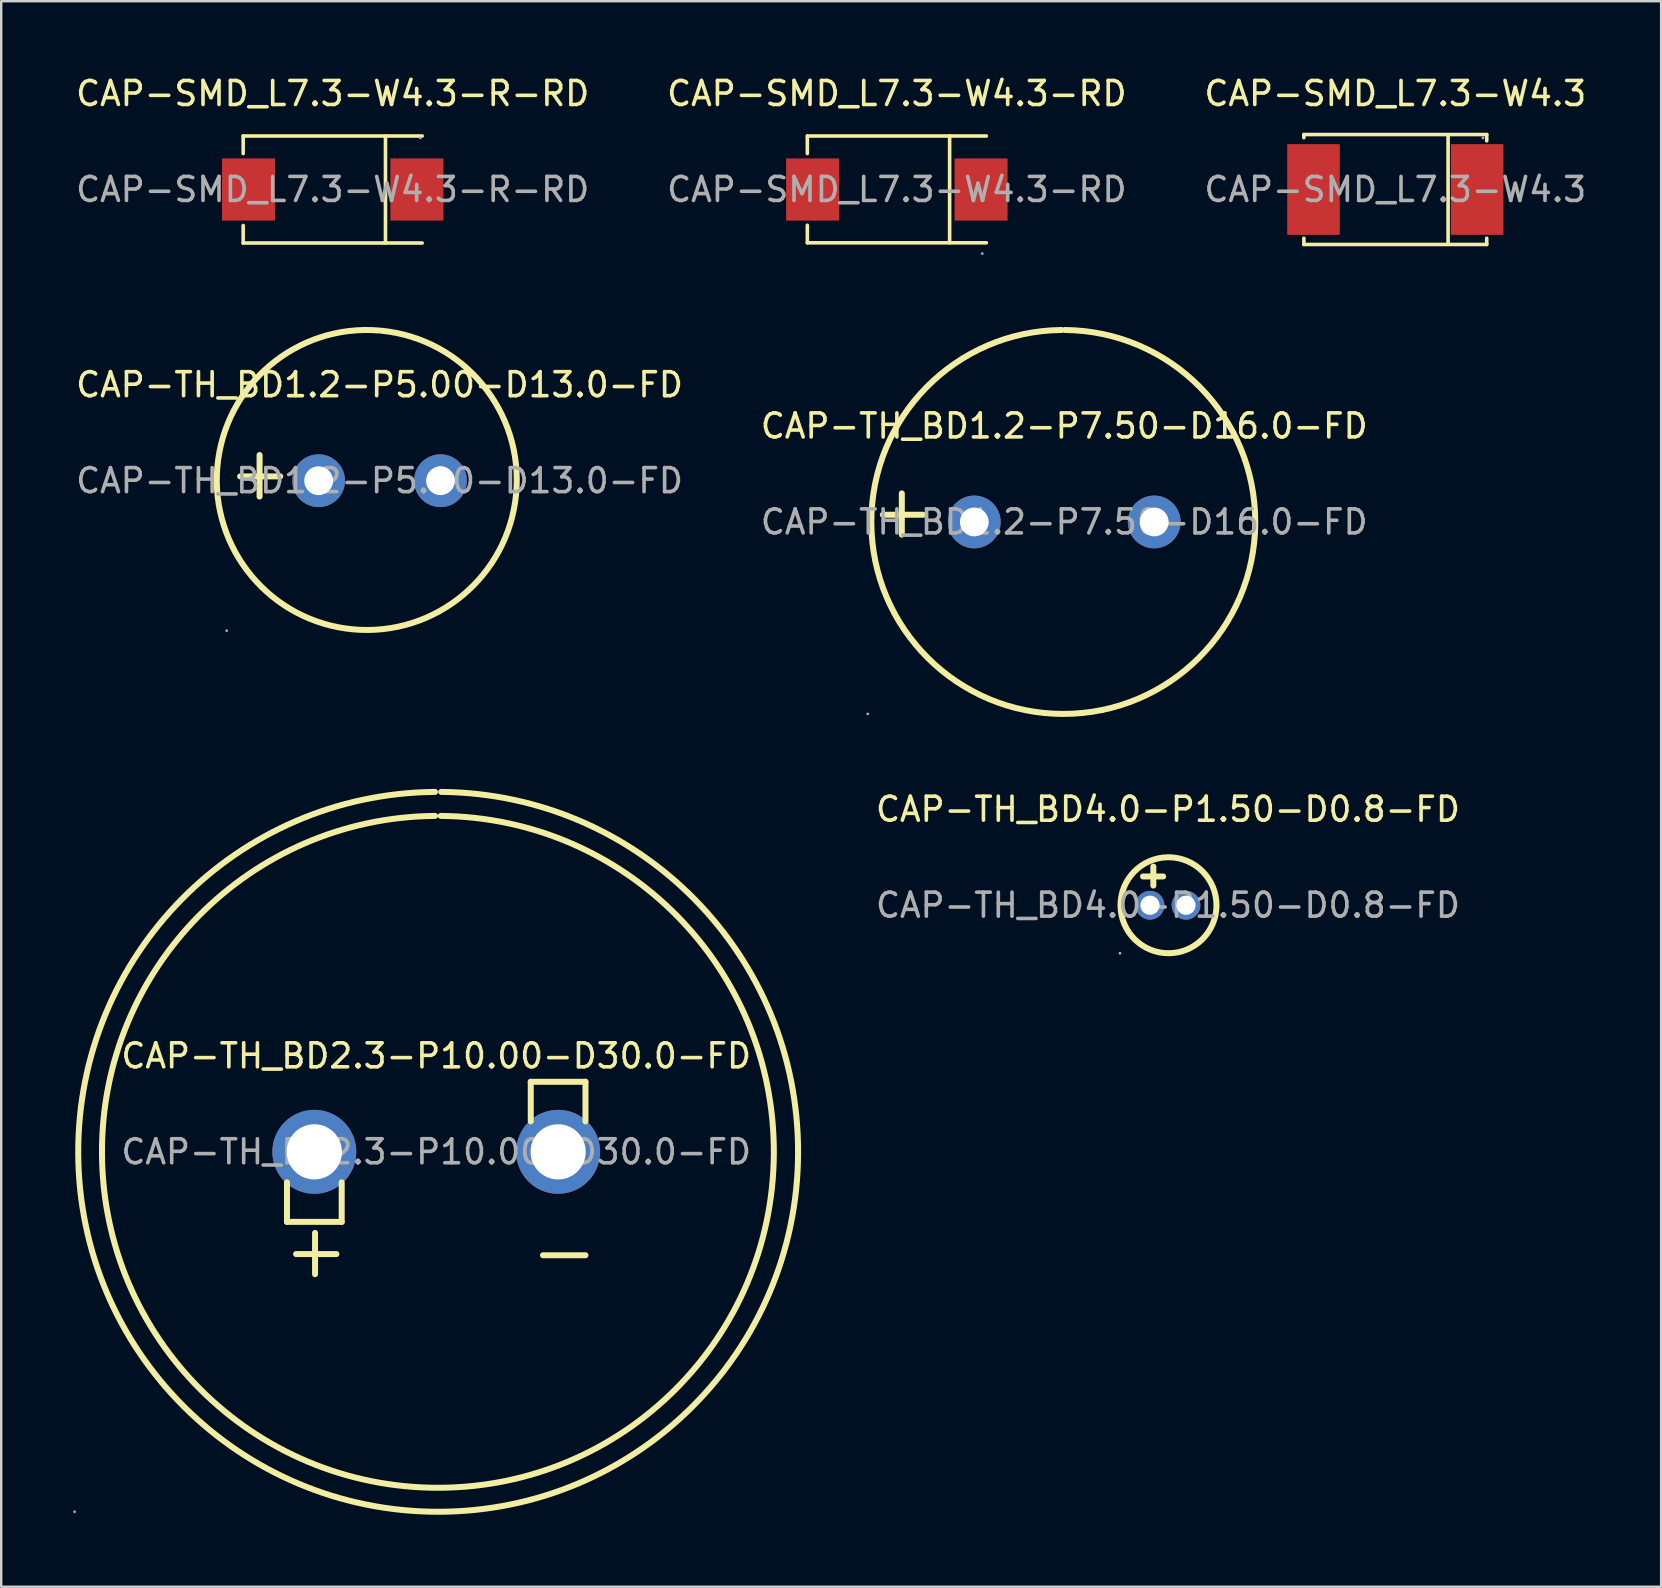
<source format=kicad_pcb>
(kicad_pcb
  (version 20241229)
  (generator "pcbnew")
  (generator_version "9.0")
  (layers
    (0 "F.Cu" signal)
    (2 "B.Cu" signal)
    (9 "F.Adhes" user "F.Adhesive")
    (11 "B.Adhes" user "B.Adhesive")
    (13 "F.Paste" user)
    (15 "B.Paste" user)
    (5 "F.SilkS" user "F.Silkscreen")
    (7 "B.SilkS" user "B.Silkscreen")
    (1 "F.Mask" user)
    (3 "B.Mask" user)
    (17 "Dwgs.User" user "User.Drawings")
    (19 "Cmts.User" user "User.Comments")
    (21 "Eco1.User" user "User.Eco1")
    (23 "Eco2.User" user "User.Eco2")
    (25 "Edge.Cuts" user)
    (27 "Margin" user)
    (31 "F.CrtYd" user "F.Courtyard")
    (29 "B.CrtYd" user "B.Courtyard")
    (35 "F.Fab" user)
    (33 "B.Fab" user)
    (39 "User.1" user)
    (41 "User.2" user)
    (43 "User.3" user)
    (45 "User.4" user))
  (footprint "CAP-SMD_L7.3-W4.3-R-RD"
    (layer "F.Cu")
    (at 10.815 4.848)
    (property "Reference" "CAP-SMD_L7.3-W4.3-R-RD" (at 0 -4 0) (layer "F.SilkS") (effects (font (size 1 1) (thickness 0.15))))
    (attr through_hole)
    (fp_line (start -3.73 -2.23) (end -3.73 -1.5) (stroke (width 0.15) (type solid)) (layer "F.SilkS"))
    (fp_line (start -3.73 -2.23) (end 3.73 -2.23) (stroke (width 0.15) (type solid)) (layer "F.SilkS"))
    (fp_line (start -3.73 2.23) (end -3.73 1.5) (stroke (width 0.15) (type solid)) (layer "F.SilkS"))
    (fp_line (start -3.73 2.23) (end 3.73 2.23) (stroke (width 0.15) (type solid)) (layer "F.SilkS"))
    (fp_line (start 2.2 -2.23) (end 2.2 2.23) (stroke (width 0.15) (type solid)) (layer "F.SilkS"))
    (fp_circle (center 3.65 -2.15) (end 3.68 -2.15) (stroke (width 0.06) (type solid)) (fill no) (layer "F.Fab"))
    (fp_text user "${REFERENCE}" (at 0 0 0) (layer "F.Fab") (effects (font (size 1 1) (thickness 0.15))))
    (pad "1" smd rect (at 3.51 0) (size 2.21 2.59) (layers "F.Cu" "F.Mask" "F.Paste"))
    (pad "2" smd rect (at -3.51 0) (size 2.21 2.59) (layers "F.Cu" "F.Mask" "F.Paste")))
  (footprint "CAP-SMD_L7.3-W4.3"
    (layer "F.Cu")
    (at 55.101 4.848)
    (property "Reference" "CAP-SMD_L7.3-W4.3" (at 0 -4 0) (layer "F.SilkS") (effects (font (size 1 1) (thickness 0.15))))
    (attr through_hole)
    (fp_line (start -3.81 -2.29) (end -3.81 -2.16) (stroke (width 0.15) (type solid)) (layer "F.SilkS"))
    (fp_line (start -3.81 2.03) (end -3.81 2.29) (stroke (width 0.15) (type solid)) (layer "F.SilkS"))
    (fp_line (start -3.81 2.29) (end 3.81 2.29) (stroke (width 0.15) (type solid)) (layer "F.SilkS"))
    (fp_line (start 2.2 -2.23) (end 2.2 2.23) (stroke (width 0.15) (type solid)) (layer "F.SilkS"))
    (fp_line (start 3.81 -2.29) (end -3.81 -2.29) (stroke (width 0.15) (type solid)) (layer "F.SilkS"))
    (fp_line (start 3.81 -2.03) (end 3.81 -2.29) (stroke (width 0.15) (type solid)) (layer "F.SilkS"))
    (fp_line (start 3.81 2.29) (end 3.81 2.03) (stroke (width 0.15) (type solid)) (layer "F.SilkS"))
    (fp_circle (center 3.65 -2.15) (end 3.68 -2.15) (stroke (width 0.06) (type solid)) (fill no) (layer "F.Fab"))
    (fp_text user "${REFERENCE}" (at 0 0 0) (layer "F.Fab") (effects (font (size 1 1) (thickness 0.15))))
    (pad "1" smd rect (at 3.41 0 180) (size 2.19 3.78) (layers "F.Cu" "F.Mask" "F.Paste"))
    (pad "2" smd rect (at -3.41 0 180) (size 2.19 3.78) (layers "F.Cu" "F.Mask" "F.Paste")))
  (footprint "CAP-TH_BD4.0-P1.50-D0.8-FD"
    (layer "F.Cu")
    (at 45.627 34.677)
    (property "Reference" "CAP-TH_BD4.0-P1.50-D0.8-FD" (at 0 -4 0) (layer "F.SilkS") (effects (font (size 1 1) (thickness 0.15))))
    (attr through_hole)
    (fp_line (start -0.61 -0.82) (end -0.61 -1.61) (stroke (width 0.25) (type solid)) (layer "F.SilkS"))
    (fp_line (start -0.2 -1.2) (end -1.04 -1.2) (stroke (width 0.25) (type solid)) (layer "F.SilkS"))
    (fp_arc (start 0.03 -2) (mid 0.02501 2.000019) (end -0.00002 -1.999925) (stroke (width 0.25) (type solid)) (layer "F.SilkS"))
    (fp_circle (center -2 2) (end -1.97 2) (stroke (width 0.06) (type solid)) (fill no) (layer "F.Fab"))
    (fp_circle (center -0.75 0) (end -0.64 0) (stroke (width 0.22) (type solid)) (fill no) (layer "F.Fab"))
    (fp_circle (center 0.75 0) (end 0.86 0) (stroke (width 0.22) (type solid)) (fill no) (layer "F.Fab"))
    (fp_text user "${REFERENCE}" (at 0 0 0) (layer "F.Fab") (effects (font (size 1 1) (thickness 0.15))))
    (pad "1" thru_hole circle (at -0.75 0 90) (size 1.2 1.2) (drill 0.8) (layers "*.Cu" "*.Paste" "*.Mask"))
    (pad "2" thru_hole circle (at 0.75 0 90) (size 1.2 1.2) (drill 0.8) (layers "*.Cu" "*.Paste" "*.Mask")))
  (footprint "CAP-SMD_L7.3-W4.3-RD"
    (layer "F.Cu")
    (at 34.327 4.848)
    (property "Reference" "CAP-SMD_L7.3-W4.3-RD" (at 0 -4 0) (layer "F.SilkS") (effects (font (size 1 1) (thickness 0.15))))
    (attr through_hole)
    (fp_line (start -3.73 -2.23) (end -3.73 -1.5) (stroke (width 0.15) (type solid)) (layer "F.SilkS"))
    (fp_line (start -3.73 -2.23) (end 3.73 -2.23) (stroke (width 0.15) (type solid)) (layer "F.SilkS"))
    (fp_line (start -3.73 2.22) (end -3.73 1.49) (stroke (width 0.15) (type solid)) (layer "F.SilkS"))
    (fp_line (start -3.73 2.22) (end 3.73 2.22) (stroke (width 0.15) (type solid)) (layer "F.SilkS"))
    (fp_line (start 2.2 -2.23) (end 2.2 2.22) (stroke (width 0.15) (type solid)) (layer "F.SilkS"))
    (fp_circle (center 3.56 2.67) (end 3.59 2.67) (stroke (width 0.06) (type solid)) (fill no) (layer "F.Fab"))
    (fp_text user "${REFERENCE}" (at 0 0 0) (layer "F.Fab") (effects (font (size 1 1) (thickness 0.15))))
    (pad "1" smd rect (at 3.51 0) (size 2.21 2.59) (layers "F.Cu" "F.Mask" "F.Paste"))
    (pad "2" smd rect (at -3.51 0) (size 2.21 2.59) (layers "F.Cu" "F.Mask" "F.Paste")))
  (footprint "CAP-TH_BD1.2-P7.50-D16.0-FD"
    (layer "F.Cu")
    (at 41.304 18.703)
    (property "Reference" "CAP-TH_BD1.2-P7.50-D16.0-FD" (at 0 -4 0) (layer "F.SilkS") (effects (font (size 1 1) (thickness 0.15))))
    (attr through_hole)
    (fp_line (start -6.77 0.53) (end -6.77 -1.19) (stroke (width 0.25) (type solid)) (layer "F.SilkS"))
    (fp_line (start -5.88 -0.3) (end -7.56 -0.3) (stroke (width 0.25) (type solid)) (layer "F.SilkS"))
    (fp_arc (start 0.03 -8) (mid -0.040185 8.000306) (end -0.10963 -8.000003) (stroke (width 0.25) (type solid)) (layer "F.SilkS"))
    (fp_circle (center -8.19 8) (end -8.16 8) (stroke (width 0.06) (type solid)) (fill no) (layer "F.Fab"))
    (fp_circle (center -3.75 0) (end -3.5 0) (stroke (width 0.5) (type solid)) (fill no) (layer "F.Fab"))
    (fp_circle (center 3.75 0) (end 4 0) (stroke (width 0.5) (type solid)) (fill no) (layer "F.Fab"))
    (fp_text user "${REFERENCE}" (at 0 0 0) (layer "F.Fab") (effects (font (size 1 1) (thickness 0.15))))
    (pad "1" thru_hole circle (at -3.75 0 90) (size 2.2 2.2) (drill 1.2) (layers "*.Cu" "*.Paste" "*.Mask"))
    (pad "2" thru_hole circle (at 3.75 0 90) (size 2.2 2.2) (drill 1.2) (layers "*.Cu" "*.Paste" "*.Mask")))
  (footprint "CAP-TH_BD1.2-P5.00-D13.0-FD"
    (layer "F.Cu")
    (at 12.768 16.984)
    (property "Reference" "CAP-TH_BD1.2-P5.00-D13.0-FD" (at 0 -4 0) (layer "F.SilkS") (effects (font (size 1 1) (thickness 0.15))))
    (attr through_hole)
    (fp_line (start -5 0.66) (end -5 -1.07) (stroke (width 0.25) (type solid)) (layer "F.SilkS"))
    (fp_line (start -4.14 -0.18) (end -5.81 -0.18) (stroke (width 0.25) (type solid)) (layer "F.SilkS"))
    (fp_arc (start 0.09 -6.25) (mid -1.095154 6.195223) (end -0.019736 -6.259962) (stroke (width 0.25) (type solid)) (layer "F.SilkS"))
    (fp_circle (center -6.37 6.25) (end -6.34 6.25) (stroke (width 0.06) (type solid)) (fill no) (layer "F.Fab"))
    (fp_circle (center -2.54 0) (end -2.29 0) (stroke (width 0.5) (type solid)) (fill no) (layer "F.Fab"))
    (fp_circle (center 2.54 0) (end 2.79 0) (stroke (width 0.5) (type solid)) (fill no) (layer "F.Fab"))
    (fp_text user "${REFERENCE}" (at 0 0 0) (layer "F.Fab") (effects (font (size 1 1) (thickness 0.15))))
    (pad "1" thru_hole circle (at -2.54 0 90) (size 2.2 2.2) (drill 1.2) (layers "*.Cu" "*.Paste" "*.Mask"))
    (pad "2" thru_hole circle (at 2.54 0 90) (size 2.2 2.2) (drill 1.2) (layers "*.Cu" "*.Paste" "*.Mask")))
  (footprint "CAP-TH_BD2.3-P10.00-D30.0-FD"
    (layer "F.Cu")
    (at 15.13 44.954)
    (property "Reference" "CAP-TH_BD2.3-P10.00-D30.0-FD" (at 0 -4 0) (layer "F.SilkS") (effects (font (size 1 1) (thickness 0.15))))
    (attr through_hole)
    (fp_line (start -6.22 1.27) (end -6.22 2.92) (stroke (width 0.25) (type solid)) (layer "F.SilkS"))
    (fp_line (start -6.22 2.92) (end -3.94 2.92) (stroke (width 0.25) (type solid)) (layer "F.SilkS"))
    (fp_line (start -5.05 5.1) (end -5.05 3.38) (stroke (width 0.25) (type solid)) (layer "F.SilkS"))
    (fp_line (start -4.16 4.26) (end -5.84 4.26) (stroke (width 0.25) (type solid)) (layer "F.SilkS"))
    (fp_line (start -3.94 2.92) (end -3.94 1.27) (stroke (width 0.25) (type solid)) (layer "F.SilkS"))
    (fp_line (start 3.94 -2.92) (end 3.94 -1.27) (stroke (width 0.25) (type solid)) (layer "F.SilkS"))
    (fp_line (start 6.22 -2.92) (end 3.94 -2.92) (stroke (width 0.25) (type solid)) (layer "F.SilkS"))
    (fp_line (start 6.22 -1.27) (end 6.22 -2.92) (stroke (width 0.25) (type solid)) (layer "F.SilkS"))
    (fp_line (start 6.22 4.31) (end 4.45 4.31) (stroke (width 0.25) (type solid)) (layer "F.SilkS"))
    (fp_arc (start 0.19 -14) (mid 0.069732 14.000514) (end -0.049465 -14.000005) (stroke (width 0.25) (type solid)) (layer "F.SilkS"))
    (fp_arc (start 0.21 -15) (mid 0.079594 15.000563) (end -0.049188 -15.000007) (stroke (width 0.25) (type solid)) (layer "F.SilkS"))
    (fp_circle (center -15.07 15) (end -15.04 15) (stroke (width 0.06) (type solid)) (fill no) (layer "F.Fab"))
    (fp_circle (center -5.08 0) (end -4.55 0) (stroke (width 1.05) (type solid)) (fill no) (layer "F.Fab"))
    (fp_circle (center 5.08 0) (end 5.61 0) (stroke (width 1.05) (type solid)) (fill no) (layer "F.Fab"))
    (fp_text user "${REFERENCE}" (at 0 0 0) (layer "F.Fab") (effects (font (size 1 1) (thickness 0.15))))
    (pad "1" thru_hole circle (at -5.08 0 90) (size 3.5 3.5) (drill 2.3) (layers "*.Cu" "*.Paste" "*.Mask"))
    (pad "2" thru_hole circle (at 5.08 0 90) (size 3.5 3.5) (drill 2.3) (layers "*.Cu" "*.Paste" "*.Mask")))
  (gr_rect
    (start -3 -3)
    (end 66.179 63.079)
    (stroke (width 0.1) (type default))
    (fill no)
    (layer "Edge.Cuts")))
</source>
